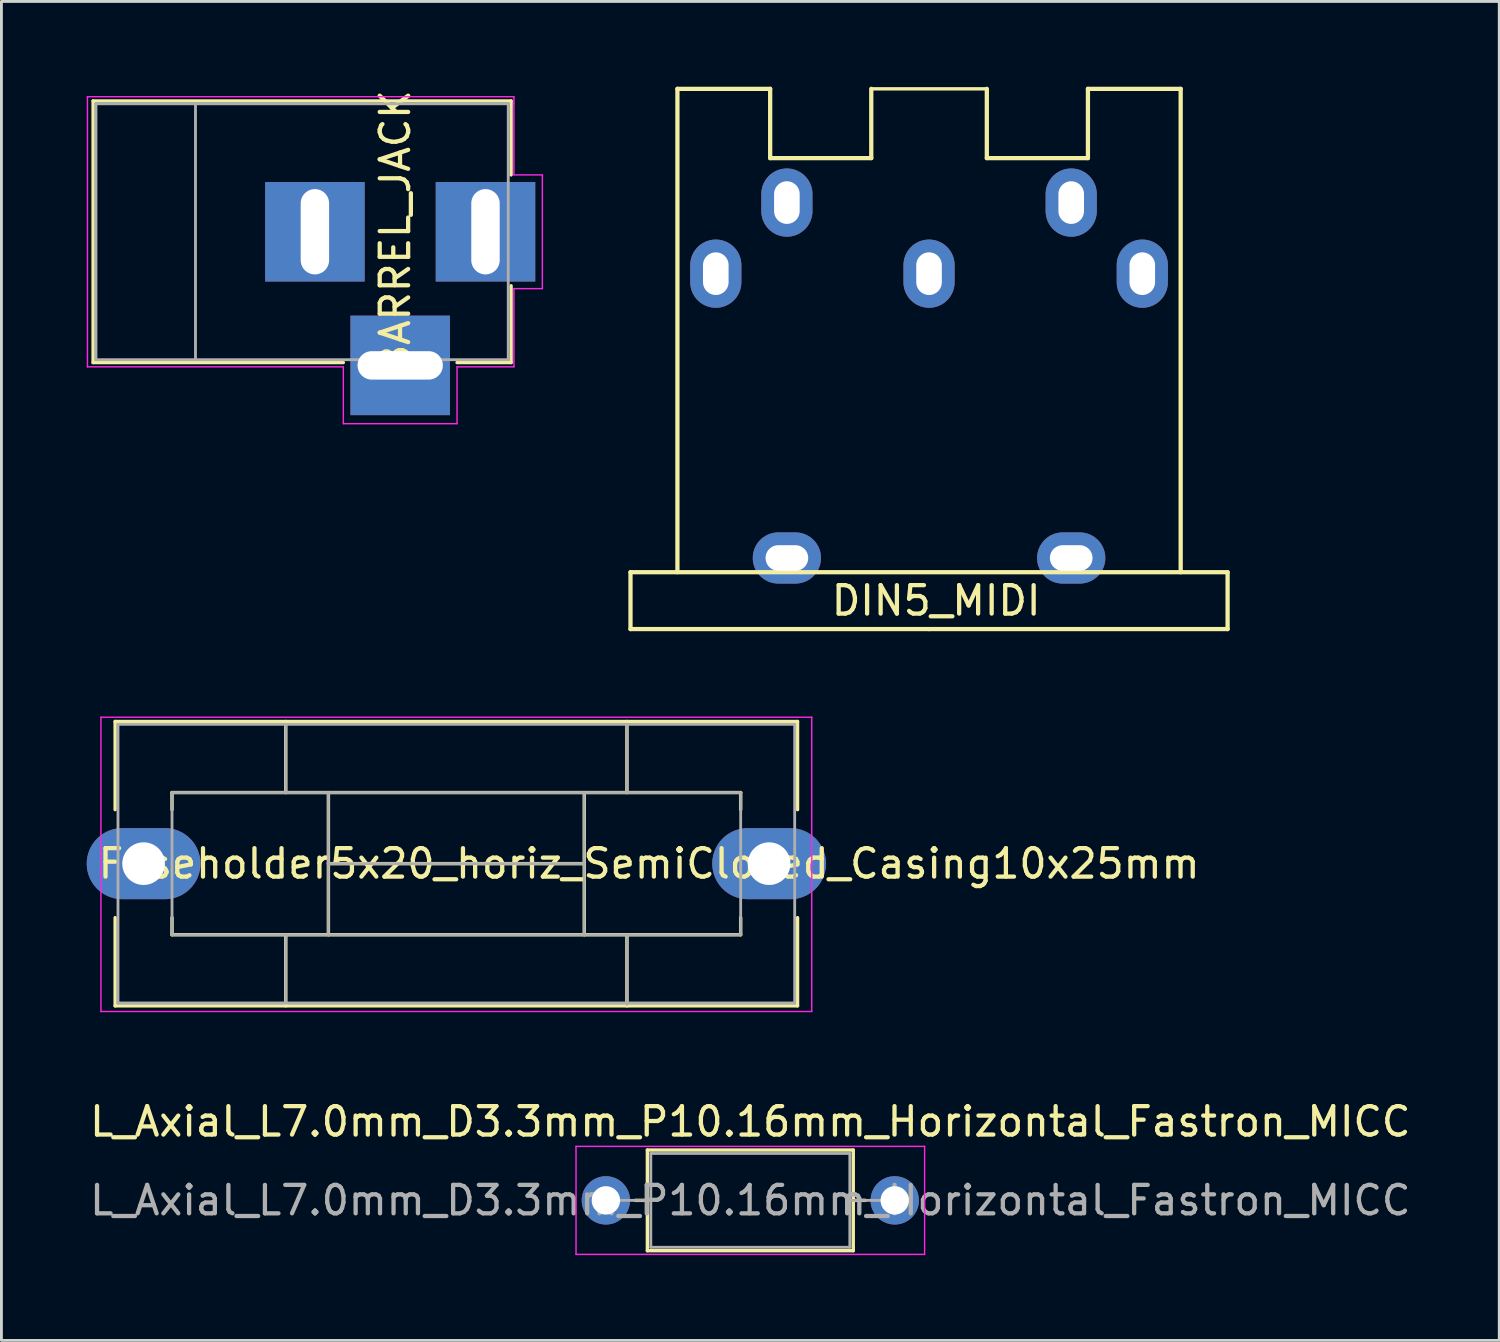
<source format=kicad_pcb>
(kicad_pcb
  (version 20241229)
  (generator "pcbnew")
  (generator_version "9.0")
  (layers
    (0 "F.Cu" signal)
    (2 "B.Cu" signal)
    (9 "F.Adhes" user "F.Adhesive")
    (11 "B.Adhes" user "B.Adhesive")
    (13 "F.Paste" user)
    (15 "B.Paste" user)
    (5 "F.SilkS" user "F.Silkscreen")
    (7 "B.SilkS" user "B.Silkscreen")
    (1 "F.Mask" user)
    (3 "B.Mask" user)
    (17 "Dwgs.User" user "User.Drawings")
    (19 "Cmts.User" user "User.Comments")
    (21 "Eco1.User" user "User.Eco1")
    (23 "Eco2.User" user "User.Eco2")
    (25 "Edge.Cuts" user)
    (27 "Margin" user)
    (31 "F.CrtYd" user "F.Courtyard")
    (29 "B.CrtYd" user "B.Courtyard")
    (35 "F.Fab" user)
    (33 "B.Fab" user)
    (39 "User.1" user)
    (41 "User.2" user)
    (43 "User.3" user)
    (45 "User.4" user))
  (footprint "Fuseholder5x20_horiz_SemiClosed_Casing10x25mm"
    (layer "F.Cu")
    (at 2 27.325)
    (property "Reference" "Fuseholder5x20_horiz_SemiClosed_Casing10x25mm" (at 17.78 0 0) (layer "F.SilkS") (effects (font (size 1 1) (thickness 0.15))))
    (attr through_hole)
    (fp_line (start -1 -5) (end -1 -1.9) (stroke (width 0.12) (type solid)) (layer "F.SilkS"))
    (fp_line (start -1 1.9) (end -1 5) (stroke (width 0.12) (type solid)) (layer "F.SilkS"))
    (fp_line (start -1 5) (end 23 5) (stroke (width 0.12) (type solid)) (layer "F.SilkS"))
    (fp_line (start 1 -2.5) (end 1 -1.9) (stroke (width 0.12) (type solid)) (layer "F.SilkS"))
    (fp_line (start 1 1.9) (end 1 2.5) (stroke (width 0.12) (type solid)) (layer "F.SilkS"))
    (fp_line (start 1 2.5) (end 21 2.5) (stroke (width 0.12) (type solid)) (layer "F.SilkS"))
    (fp_line (start 5 -2.5) (end 5 -5) (stroke (width 0.12) (type solid)) (layer "F.SilkS"))
    (fp_line (start 5 5) (end 5 2.5) (stroke (width 0.12) (type solid)) (layer "F.SilkS"))
    (fp_line (start 6.5 -2.5) (end 6.5 2.5) (stroke (width 0.12) (type solid)) (layer "F.SilkS"))
    (fp_line (start 6.5 0) (end 15.5 0) (stroke (width 0.12) (type solid)) (layer "F.SilkS"))
    (fp_line (start 15.5 -2.5) (end 15.5 2.5) (stroke (width 0.12) (type solid)) (layer "F.SilkS"))
    (fp_line (start 17 -5) (end 17 -2.5) (stroke (width 0.12) (type solid)) (layer "F.SilkS"))
    (fp_line (start 17 5) (end 17 2.5) (stroke (width 0.12) (type solid)) (layer "F.SilkS"))
    (fp_line (start 21 -2.5) (end 1 -2.5) (stroke (width 0.12) (type solid)) (layer "F.SilkS"))
    (fp_line (start 21 -1.9) (end 21 -2.5) (stroke (width 0.12) (type solid)) (layer "F.SilkS"))
    (fp_line (start 21 2.5) (end 21 1.9) (stroke (width 0.12) (type solid)) (layer "F.SilkS"))
    (fp_line (start 23 -5) (end -1 -5) (stroke (width 0.12) (type solid)) (layer "F.SilkS"))
    (fp_line (start 23 -1.9) (end 23 -5) (stroke (width 0.12) (type solid)) (layer "F.SilkS"))
    (fp_line (start 23 5) (end 23 1.9) (stroke (width 0.12) (type solid)) (layer "F.SilkS"))
    (fp_line (start -1.5 -5.15) (end -1.5 5.2) (stroke (width 0.05) (type solid)) (layer "F.CrtYd"))
    (fp_line (start -1.5 -5.15) (end 23.5 -5.15) (stroke (width 0.05) (type solid)) (layer "F.CrtYd"))
    (fp_line (start 23.5 5.2) (end -1.5 5.2) (stroke (width 0.05) (type solid)) (layer "F.CrtYd"))
    (fp_line (start 23.5 5.2) (end 23.5 -5.15) (stroke (width 0.05) (type solid)) (layer "F.CrtYd"))
    (fp_line (start -0.9 -4.9) (end -0.9 4.9) (stroke (width 0.1) (type solid)) (layer "F.Fab"))
    (fp_line (start -0.9 4.9) (end 22.9 4.9) (stroke (width 0.1) (type solid)) (layer "F.Fab"))
    (fp_line (start 1 -2.5) (end 1 2.5) (stroke (width 0.1) (type solid)) (layer "F.Fab"))
    (fp_line (start 1 2.5) (end 21 2.5) (stroke (width 0.1) (type solid)) (layer "F.Fab"))
    (fp_line (start 5 -4.9) (end 5 -2.5) (stroke (width 0.1) (type solid)) (layer "F.Fab"))
    (fp_line (start 5 2.5) (end 5 4.9) (stroke (width 0.1) (type solid)) (layer "F.Fab"))
    (fp_line (start 6.5 -2.5) (end 6.5 2.5) (stroke (width 0.1) (type solid)) (layer "F.Fab"))
    (fp_line (start 6.5 0) (end 15.5 0) (stroke (width 0.1) (type solid)) (layer "F.Fab"))
    (fp_line (start 15.5 -2.5) (end 15.5 2.5) (stroke (width 0.1) (type solid)) (layer "F.Fab"))
    (fp_line (start 17 -2.5) (end 17 -4.9) (stroke (width 0.1) (type solid)) (layer "F.Fab"))
    (fp_line (start 17 2.5) (end 17 4.95) (stroke (width 0.1) (type solid)) (layer "F.Fab"))
    (fp_line (start 21 -2.5) (end 1 -2.5) (stroke (width 0.1) (type solid)) (layer "F.Fab"))
    (fp_line (start 21 2.5) (end 21 -2.5) (stroke (width 0.1) (type solid)) (layer "F.Fab"))
    (fp_line (start 22.9 -4.9) (end -0.9 -4.9) (stroke (width 0.1) (type solid)) (layer "F.Fab"))
    (fp_line (start 22.9 4.9) (end 22.9 -4.9) (stroke (width 0.1) (type solid)) (layer "F.Fab"))
    (pad "1" thru_hole oval (at 0 0 270) (size 2.5 4) (drill 1.5) (layers "*.Cu" "*.Mask"))
    (pad "2" thru_hole oval (at 22 0 270) (size 2.5 4) (drill 1.5) (layers "*.Cu" "*.Mask")))
  (footprint "L_Axial_L7.0mm_D3.3mm_P10.16mm_Horizontal_Fastron_MICC"
    (layer "F.Cu")
    (at 18.259 39.168)
    (property "Reference" "L_Axial_L7.0mm_D3.3mm_P10.16mm_Horizontal_Fastron_MICC" (at 5.08 -2.77 0) (layer "F.SilkS") (effects (font (size 1 1) (thickness 0.15))))
    (attr through_hole)
    (fp_line (start 1.04 0) (end 1.46 0) (stroke (width 0.12) (type solid)) (layer "F.SilkS"))
    (fp_line (start 1.46 -1.77) (end 1.46 1.77) (stroke (width 0.12) (type solid)) (layer "F.SilkS"))
    (fp_line (start 1.46 1.77) (end 8.7 1.77) (stroke (width 0.12) (type solid)) (layer "F.SilkS"))
    (fp_line (start 8.7 -1.77) (end 1.46 -1.77) (stroke (width 0.12) (type solid)) (layer "F.SilkS"))
    (fp_line (start 8.7 1.77) (end 8.7 -1.77) (stroke (width 0.12) (type solid)) (layer "F.SilkS"))
    (fp_line (start 9.12 0) (end 8.7 0) (stroke (width 0.12) (type solid)) (layer "F.SilkS"))
    (fp_line (start -1.05 -1.9) (end -1.05 1.9) (stroke (width 0.05) (type solid)) (layer "F.CrtYd"))
    (fp_line (start -1.05 1.9) (end 11.21 1.9) (stroke (width 0.05) (type solid)) (layer "F.CrtYd"))
    (fp_line (start 11.21 -1.9) (end -1.05 -1.9) (stroke (width 0.05) (type solid)) (layer "F.CrtYd"))
    (fp_line (start 11.21 1.9) (end 11.21 -1.9) (stroke (width 0.05) (type solid)) (layer "F.CrtYd"))
    (fp_line (start 0 0) (end 1.58 0) (stroke (width 0.1) (type solid)) (layer "F.Fab"))
    (fp_line (start 1.58 -1.65) (end 1.58 1.65) (stroke (width 0.1) (type solid)) (layer "F.Fab"))
    (fp_line (start 1.58 1.65) (end 8.58 1.65) (stroke (width 0.1) (type solid)) (layer "F.Fab"))
    (fp_line (start 8.58 -1.65) (end 1.58 -1.65) (stroke (width 0.1) (type solid)) (layer "F.Fab"))
    (fp_line (start 8.58 1.65) (end 8.58 -1.65) (stroke (width 0.1) (type solid)) (layer "F.Fab"))
    (fp_line (start 10.16 0) (end 8.58 0) (stroke (width 0.1) (type solid)) (layer "F.Fab"))
    (fp_text user "${REFERENCE}" (at 5.08 0 0) (layer "F.Fab") (effects (font (size 1 1) (thickness 0.15))))
    (pad "1" thru_hole circle (at 0 0) (size 1.7 1.7) (drill 1) (layers "*.Cu" "*.Mask"))
    (pad "2" thru_hole circle (at 10.16 0) (size 1.7 1.7) (drill 1) (layers "*.Cu" "*.Mask")))
  (footprint "BARREL_JACK"
    (layer "F.Cu")
    (at 14.025 5.101)
    (property "Reference" "BARREL_JACK" (at -3.175 0 90) (layer "F.SilkS") (effects (font (size 1 1) (thickness 0.15))))
    (attr through_hole)
    (fp_line (start -13.8 -4.6) (end 0.9 -4.6) (stroke (width 0.12) (type solid)) (layer "F.SilkS"))
    (fp_line (start -13.8 4.6) (end -13.8 -4.6) (stroke (width 0.12) (type solid)) (layer "F.SilkS"))
    (fp_line (start -5 4.6) (end -13.8 4.6) (stroke (width 0.12) (type solid)) (layer "F.SilkS"))
    (fp_line (start 0.9 -4.6) (end 0.9 -2) (stroke (width 0.12) (type solid)) (layer "F.SilkS"))
    (fp_line (start 0.9 1.9) (end 0.9 4.6) (stroke (width 0.12) (type solid)) (layer "F.SilkS"))
    (fp_line (start 0.9 4.6) (end -1 4.6) (stroke (width 0.12) (type solid)) (layer "F.SilkS"))
    (fp_line (start -14 4.75) (end -14 -4.75) (stroke (width 0.05) (type solid)) (layer "F.CrtYd"))
    (fp_line (start -5 4.75) (end -14 4.75) (stroke (width 0.05) (type solid)) (layer "F.CrtYd"))
    (fp_line (start -5 6.75) (end -5 4.75) (stroke (width 0.05) (type solid)) (layer "F.CrtYd"))
    (fp_line (start -1 4.75) (end -1 6.75) (stroke (width 0.05) (type solid)) (layer "F.CrtYd"))
    (fp_line (start -1 6.75) (end -5 6.75) (stroke (width 0.05) (type solid)) (layer "F.CrtYd"))
    (fp_line (start 1 -4.75) (end -14 -4.75) (stroke (width 0.05) (type solid)) (layer "F.CrtYd"))
    (fp_line (start 1 -4.5) (end 1 -4.75) (stroke (width 0.05) (type solid)) (layer "F.CrtYd"))
    (fp_line (start 1 -4.5) (end 1 -2) (stroke (width 0.05) (type solid)) (layer "F.CrtYd"))
    (fp_line (start 1 -2) (end 2 -2) (stroke (width 0.05) (type solid)) (layer "F.CrtYd"))
    (fp_line (start 1 2) (end 1 4.75) (stroke (width 0.05) (type solid)) (layer "F.CrtYd"))
    (fp_line (start 1 4.75) (end -1 4.75) (stroke (width 0.05) (type solid)) (layer "F.CrtYd"))
    (fp_line (start 2 -2) (end 2 2) (stroke (width 0.05) (type solid)) (layer "F.CrtYd"))
    (fp_line (start 2 2) (end 1 2) (stroke (width 0.05) (type solid)) (layer "F.CrtYd"))
    (fp_line (start -13.7 -4.5) (end -13.7 4.5) (stroke (width 0.1) (type solid)) (layer "F.Fab"))
    (fp_line (start -13.7 4.5) (end 0.8 4.5) (stroke (width 0.1) (type solid)) (layer "F.Fab"))
    (fp_line (start -10.2 -4.5) (end -10.2 4.5) (stroke (width 0.1) (type solid)) (layer "F.Fab"))
    (fp_line (start 0.8 -4.5) (end -13.7 -4.5) (stroke (width 0.1) (type solid)) (layer "F.Fab"))
    (fp_line (start 0.8 4.5) (end 0.8 -4.5) (stroke (width 0.1) (type solid)) (layer "F.Fab"))
    (pad "1" thru_hole rect (at 0 0) (size 3.5 3.5) (drill oval 1 3) (layers "*.Cu" "*.Mask"))
    (pad "2" thru_hole rect (at -6 0) (size 3.5 3.5) (drill oval 1 3) (layers "*.Cu" "*.Mask"))
    (pad "3" thru_hole rect (at -3 4.7) (size 3.5 3.5) (drill oval 3 1) (layers "*.Cu" "*.Mask")))
  (footprint "DIN5_MIDI"
    (layer "F.Cu")
    (at 29.625 6.575)
    (property "Reference" "DIN5_MIDI" (at 0.25 11.5 180) (layer "F.SilkS") (effects (font (size 1 1) (thickness 0.15))))
    (attr through_hole)
    (fp_line (start -10.5 10.5) (end 10.5 10.5) (stroke (width 0.15) (type solid)) (layer "F.SilkS"))
    (fp_line (start -10.5 12.5) (end -10.5 10.5) (stroke (width 0.15) (type solid)) (layer "F.SilkS"))
    (fp_line (start -8.85 -6.5) (end -5.588 -6.5) (stroke (width 0.15) (type solid)) (layer "F.SilkS"))
    (fp_line (start -8.85 10.5) (end -8.85 -6.5) (stroke (width 0.15) (type solid)) (layer "F.SilkS"))
    (fp_line (start -5.588 -6.5) (end -5.588 -4.064) (stroke (width 0.15) (type solid)) (layer "F.SilkS"))
    (fp_line (start -5.588 -4.064) (end -2.032 -4.064) (stroke (width 0.15) (type solid)) (layer "F.SilkS"))
    (fp_line (start -2.032 -6.5) (end -2.032 -4.064) (stroke (width 0.15) (type solid)) (layer "F.SilkS"))
    (fp_line (start -2.032 -6.5) (end 2.032 -6.5) (stroke (width 0.12) (type solid)) (layer "F.SilkS"))
    (fp_line (start 0 12.5) (end -10.5 12.5) (stroke (width 0.15) (type solid)) (layer "F.SilkS"))
    (fp_line (start 0 12.5) (end 10.5 12.5) (stroke (width 0.15) (type solid)) (layer "F.SilkS"))
    (fp_line (start 2.032 -6.5) (end 2.032 -4.064) (stroke (width 0.15) (type solid)) (layer "F.SilkS"))
    (fp_line (start 2.032 -4.064) (end 5.588 -4.064) (stroke (width 0.15) (type solid)) (layer "F.SilkS"))
    (fp_line (start 5.588 -6.5) (end 5.588 -4.064) (stroke (width 0.15) (type solid)) (layer "F.SilkS"))
    (fp_line (start 8.85 -6.5) (end 5.588 -6.5) (stroke (width 0.15) (type solid)) (layer "F.SilkS"))
    (fp_line (start 8.85 -6.5) (end 8.85 10.5) (stroke (width 0.15) (type solid)) (layer "F.SilkS"))
    (fp_line (start 10.5 10.5) (end 10.5 12.5) (stroke (width 0.15) (type solid)) (layer "F.SilkS"))
    (pad "" np_thru_hole oval (at -5 10) (size 2.4 1.8) (drill oval 1.5 0.9) (layers "*.Cu" "*.Mask"))
    (pad "" np_thru_hole oval (at 5 10) (size 2.4 1.8) (drill oval 1.5 0.9) (layers "*.Cu" "*.Mask"))
    (pad "1" thru_hole oval (at 7.5 0) (size 1.8 2.4) (drill oval 0.9 1.5) (layers "*.Cu" "*.Mask"))
    (pad "2" thru_hole oval (at 0 0) (size 1.8 2.4) (drill oval 0.9 1.5) (layers "*.Cu" "*.Mask"))
    (pad "3" thru_hole oval (at -7.5 0) (size 1.8 2.4) (drill oval 0.9 1.5) (layers "*.Cu" "*.Mask"))
    (pad "4" thru_hole oval (at 5 -2.5) (size 1.8 2.4) (drill oval 0.9 1.5) (layers "*.Cu" "*.Mask"))
    (pad "5" thru_hole oval (at -5 -2.5) (size 1.8 2.4) (drill oval 0.9 1.5) (layers "*.Cu" "*.Mask")))
  (gr_rect
    (start -3 -3)
    (end 49.679 44.093)
    (stroke (width 0.1) (type default))
    (fill no)
    (layer "Edge.Cuts")))
</source>
